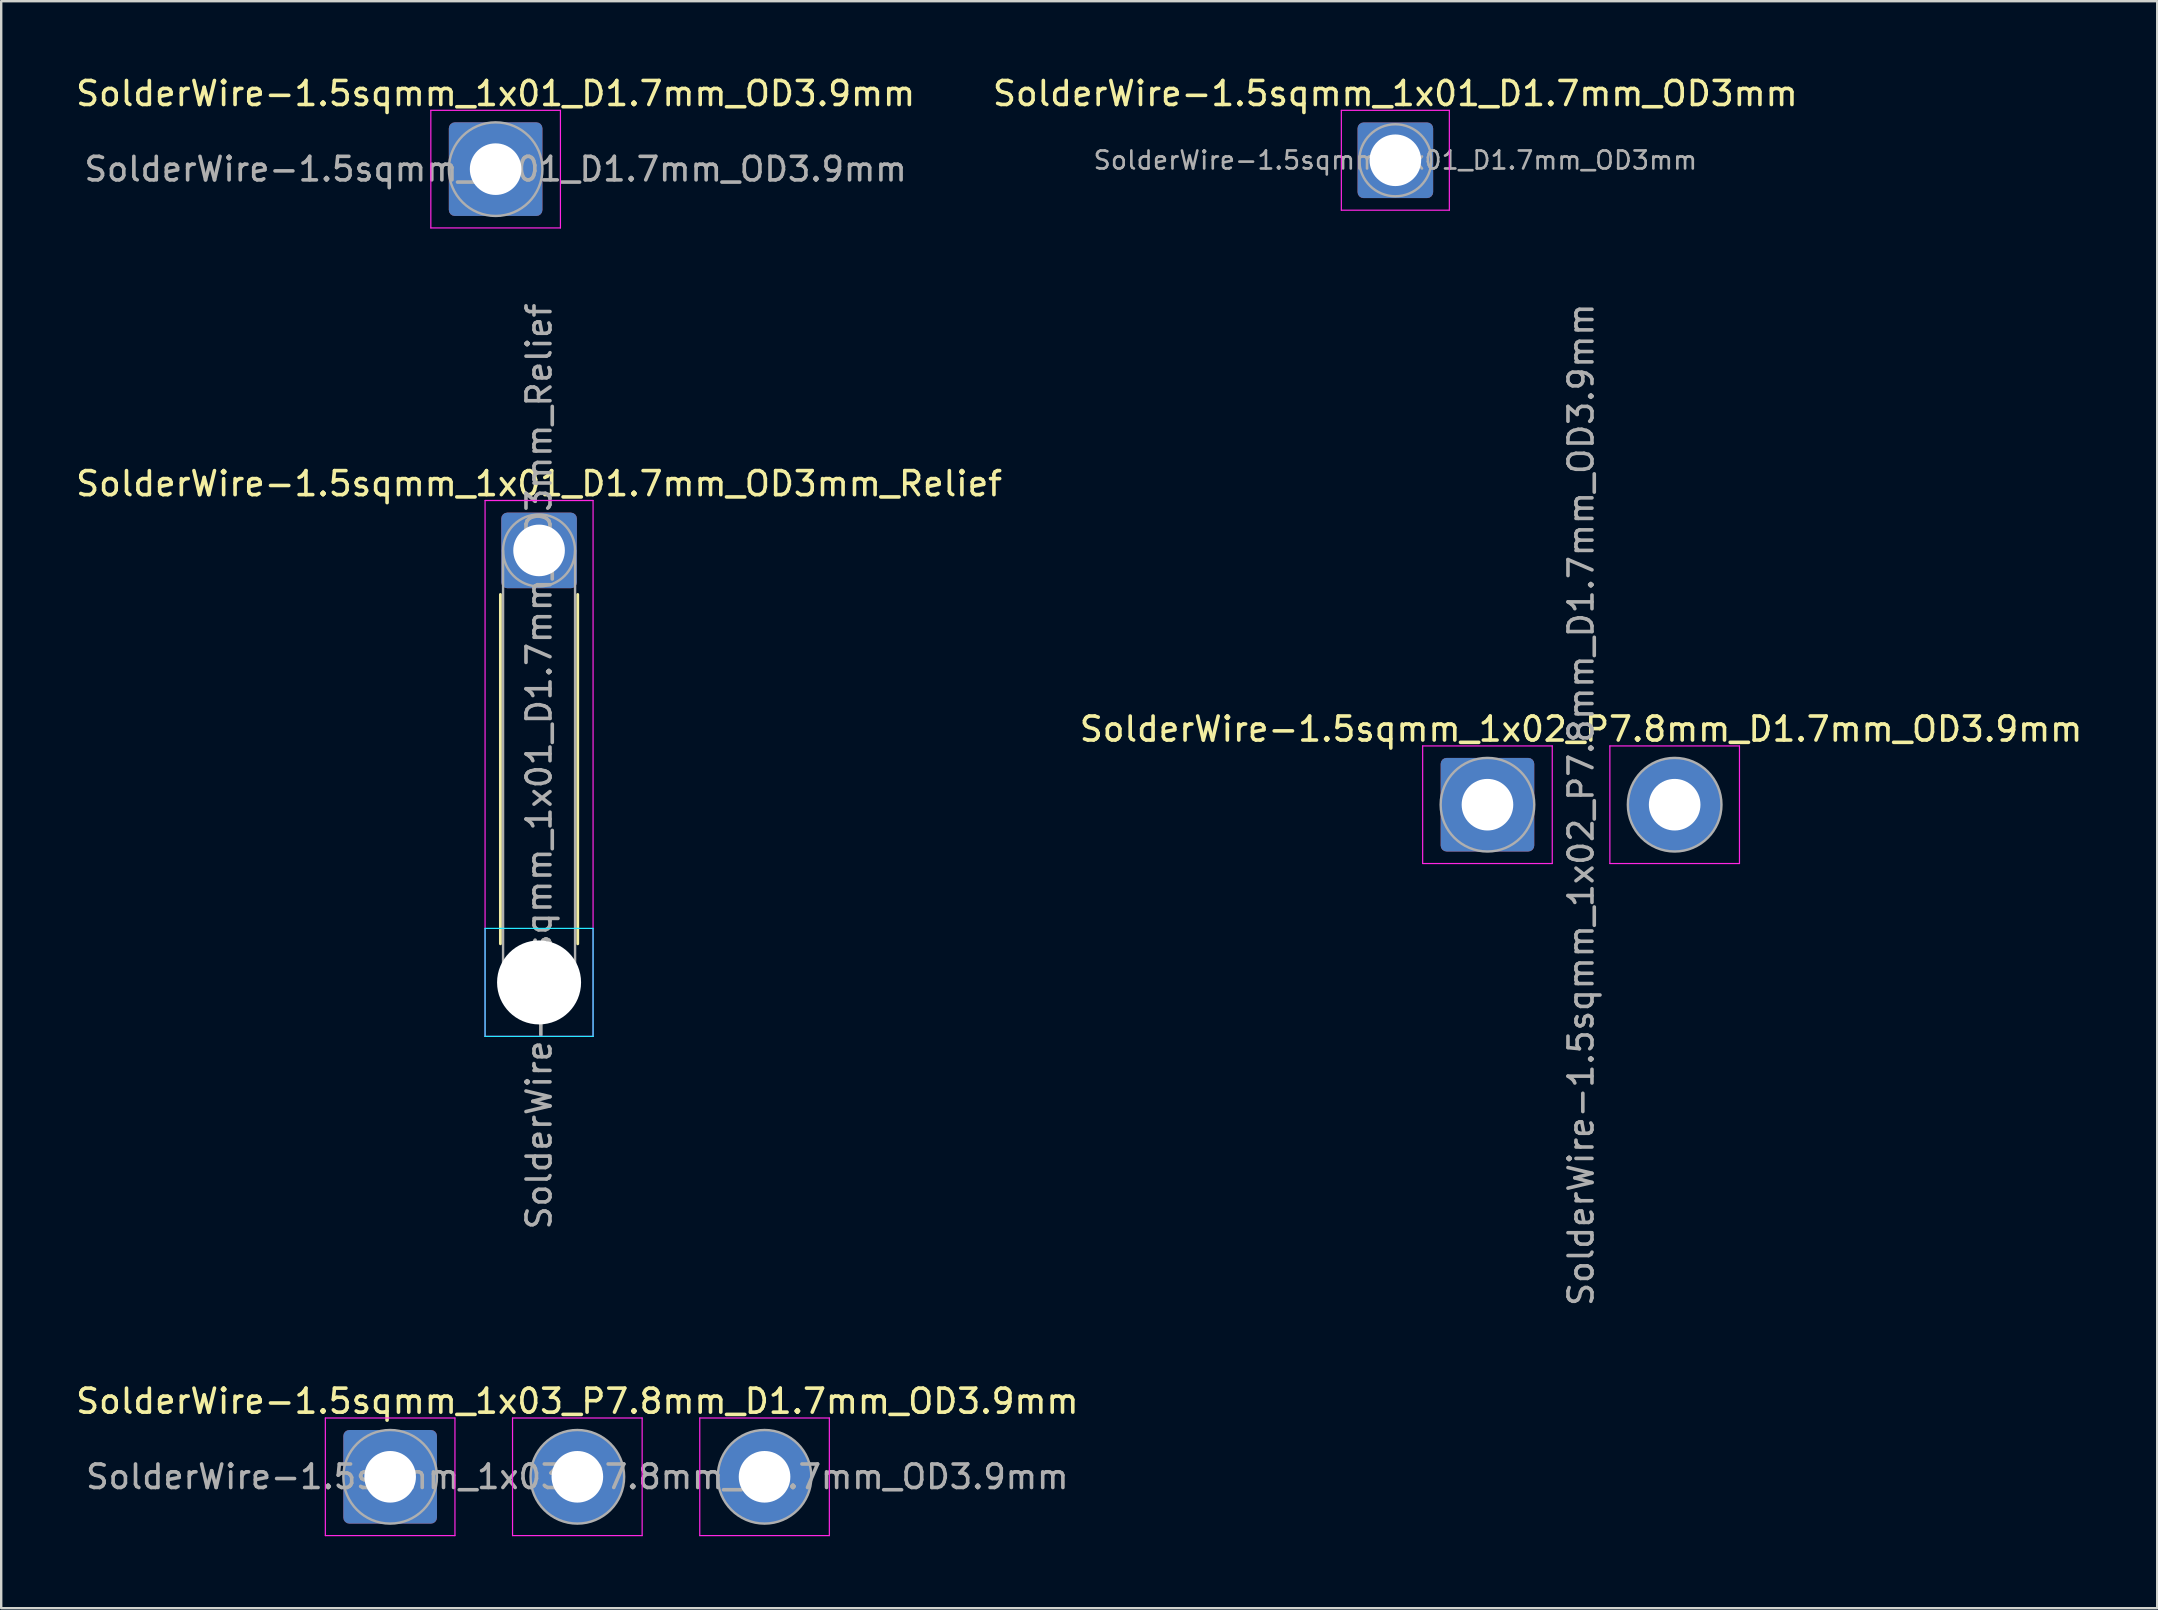
<source format=kicad_pcb>
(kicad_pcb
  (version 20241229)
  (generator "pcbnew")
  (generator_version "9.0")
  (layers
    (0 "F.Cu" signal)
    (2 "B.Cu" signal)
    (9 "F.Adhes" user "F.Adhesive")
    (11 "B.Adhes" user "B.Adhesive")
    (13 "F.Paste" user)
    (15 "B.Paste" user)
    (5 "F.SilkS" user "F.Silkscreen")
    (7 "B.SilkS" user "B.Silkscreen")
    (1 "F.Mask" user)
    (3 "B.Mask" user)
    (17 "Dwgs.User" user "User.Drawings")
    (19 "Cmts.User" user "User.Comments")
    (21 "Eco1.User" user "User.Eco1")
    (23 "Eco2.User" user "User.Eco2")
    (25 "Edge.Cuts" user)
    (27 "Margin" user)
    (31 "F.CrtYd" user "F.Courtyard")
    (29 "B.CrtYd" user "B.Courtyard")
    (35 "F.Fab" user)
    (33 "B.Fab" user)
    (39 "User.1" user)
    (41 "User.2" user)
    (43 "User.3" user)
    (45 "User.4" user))
  (footprint "SolderWire-1.5sqmm_1x01_D1.7mm_OD3mm_Relief"
    (layer "F.Cu")
    (at 19.411 19.884)
    (property "Reference" "SolderWire-1.5sqmm_1x01_D1.7mm_OD3mm_Relief" (at 0 -2.78 0) (layer "F.SilkS") (effects (font (size 1 1) (thickness 0.15))))
    (attr exclude_from_pos_files exclude_from_bom)
    (fp_line (start -1.61 1.835) (end -1.61 16.39) (stroke (width 0.12) (type solid)) (layer "F.SilkS"))
    (fp_line (start 1.61 1.835) (end 1.61 16.39) (stroke (width 0.12) (type solid)) (layer "F.SilkS"))
    (fp_line (start -2.25 15.75) (end -2.25 20.25) (stroke (width 0.05) (type solid)) (layer "B.CrtYd"))
    (fp_line (start -2.25 20.25) (end 2.25 20.25) (stroke (width 0.05) (type solid)) (layer "B.CrtYd"))
    (fp_line (start 2.25 15.75) (end -2.25 15.75) (stroke (width 0.05) (type solid)) (layer "B.CrtYd"))
    (fp_line (start 2.25 20.25) (end 2.25 15.75) (stroke (width 0.05) (type solid)) (layer "B.CrtYd"))
    (fp_line (start -2.25 -2.08) (end -2.25 20.25) (stroke (width 0.05) (type solid)) (layer "F.CrtYd"))
    (fp_line (start -2.25 20.25) (end 2.25 20.25) (stroke (width 0.05) (type solid)) (layer "F.CrtYd"))
    (fp_line (start 2.25 -2.08) (end -2.25 -2.08) (stroke (width 0.05) (type solid)) (layer "F.CrtYd"))
    (fp_line (start 2.25 20.25) (end 2.25 -2.08) (stroke (width 0.05) (type solid)) (layer "F.CrtYd"))
    (fp_line (start -1.5 0) (end -1.5 18) (stroke (width 0.1) (type solid)) (layer "F.Fab"))
    (fp_line (start 1.5 0) (end 1.5 18) (stroke (width 0.1) (type solid)) (layer "F.Fab"))
    (fp_circle (center 0 0) (end 1.5 0) (stroke (width 0.1) (type solid)) (fill no) (layer "F.Fab"))
    (fp_circle (center 0 18) (end 1.5 18) (stroke (width 0.1) (type solid)) (fill no) (layer "F.Fab"))
    (fp_text user "${REFERENCE}" (at 0 9 90) (layer "F.Fab") (effects (font (size 1 1) (thickness 0.15))))
    (pad "" np_thru_hole circle (at 0 18) (size 3.5 3.5) (drill 3.5) (layers "*.Cu" "*.Mask"))
    (pad "1" thru_hole roundrect (at 0 0) (size 3.15 3.15) (drill 2.15) (layers "*.Cu" "*.Mask") (roundrect_rratio 0.079)))
  (footprint "SolderWire-1.5sqmm_1x02_P7.8mm_D1.7mm_OD3.9mm"
    (layer "F.Cu")
    (at 58.927 30.479)
    (property "Reference" "SolderWire-1.5sqmm_1x02_P7.8mm_D1.7mm_OD3.9mm" (at 3.9 -3.15 0) (layer "F.SilkS") (effects (font (size 1 1) (thickness 0.15))))
    (attr exclude_from_pos_files exclude_from_bom)
    (fp_line (start -2.7 -2.45) (end -2.7 2.45) (stroke (width 0.05) (type solid)) (layer "F.CrtYd"))
    (fp_line (start -2.7 2.45) (end 2.7 2.45) (stroke (width 0.05) (type solid)) (layer "F.CrtYd"))
    (fp_line (start 2.7 -2.45) (end -2.7 -2.45) (stroke (width 0.05) (type solid)) (layer "F.CrtYd"))
    (fp_line (start 2.7 2.45) (end 2.7 -2.45) (stroke (width 0.05) (type solid)) (layer "F.CrtYd"))
    (fp_line (start 5.1 -2.45) (end 5.1 2.45) (stroke (width 0.05) (type solid)) (layer "F.CrtYd"))
    (fp_line (start 5.1 2.45) (end 10.5 2.45) (stroke (width 0.05) (type solid)) (layer "F.CrtYd"))
    (fp_line (start 10.5 -2.45) (end 5.1 -2.45) (stroke (width 0.05) (type solid)) (layer "F.CrtYd"))
    (fp_line (start 10.5 2.45) (end 10.5 -2.45) (stroke (width 0.05) (type solid)) (layer "F.CrtYd"))
    (fp_circle (center 0 0) (end 1.95 0) (stroke (width 0.1) (type solid)) (fill no) (layer "F.Fab"))
    (fp_circle (center 7.8 0) (end 9.75 0) (stroke (width 0.1) (type solid)) (fill no) (layer "F.Fab"))
    (fp_text user "${REFERENCE}" (at 3.9 0 90) (layer "F.Fab") (effects (font (size 1 1) (thickness 0.15))))
    (pad "1" thru_hole roundrect (at 0 0) (size 3.9 3.9) (drill 2.15) (layers "*.Cu" "*.Mask") (roundrect_rratio 0.064))
    (pad "2" thru_hole circle (at 7.8 0) (size 3.9 3.9) (drill 2.15) (layers "*.Cu" "*.Mask")))
  (footprint "SolderWire-1.5sqmm_1x03_P7.8mm_D1.7mm_OD3.9mm"
    (layer "F.Cu")
    (at 13.206 58.483)
    (property "Reference" "SolderWire-1.5sqmm_1x03_P7.8mm_D1.7mm_OD3.9mm" (at 7.8 -3.15 0) (layer "F.SilkS") (effects (font (size 1 1) (thickness 0.15))))
    (attr exclude_from_pos_files exclude_from_bom)
    (fp_line (start -2.7 -2.45) (end -2.7 2.45) (stroke (width 0.05) (type solid)) (layer "F.CrtYd"))
    (fp_line (start -2.7 2.45) (end 2.7 2.45) (stroke (width 0.05) (type solid)) (layer "F.CrtYd"))
    (fp_line (start 2.7 -2.45) (end -2.7 -2.45) (stroke (width 0.05) (type solid)) (layer "F.CrtYd"))
    (fp_line (start 2.7 2.45) (end 2.7 -2.45) (stroke (width 0.05) (type solid)) (layer "F.CrtYd"))
    (fp_line (start 5.1 -2.45) (end 5.1 2.45) (stroke (width 0.05) (type solid)) (layer "F.CrtYd"))
    (fp_line (start 5.1 2.45) (end 10.5 2.45) (stroke (width 0.05) (type solid)) (layer "F.CrtYd"))
    (fp_line (start 10.5 -2.45) (end 5.1 -2.45) (stroke (width 0.05) (type solid)) (layer "F.CrtYd"))
    (fp_line (start 10.5 2.45) (end 10.5 -2.45) (stroke (width 0.05) (type solid)) (layer "F.CrtYd"))
    (fp_line (start 12.9 -2.45) (end 12.9 2.45) (stroke (width 0.05) (type solid)) (layer "F.CrtYd"))
    (fp_line (start 12.9 2.45) (end 18.3 2.45) (stroke (width 0.05) (type solid)) (layer "F.CrtYd"))
    (fp_line (start 18.3 -2.45) (end 12.9 -2.45) (stroke (width 0.05) (type solid)) (layer "F.CrtYd"))
    (fp_line (start 18.3 2.45) (end 18.3 -2.45) (stroke (width 0.05) (type solid)) (layer "F.CrtYd"))
    (fp_circle (center 0 0) (end 1.95 0) (stroke (width 0.1) (type solid)) (fill no) (layer "F.Fab"))
    (fp_circle (center 7.8 0) (end 9.75 0) (stroke (width 0.1) (type solid)) (fill no) (layer "F.Fab"))
    (fp_circle (center 15.6 0) (end 17.55 0) (stroke (width 0.1) (type solid)) (fill no) (layer "F.Fab"))
    (fp_text user "${REFERENCE}" (at 7.8 0 0) (layer "F.Fab") (effects (font (size 0.98 0.98) (thickness 0.15))))
    (pad "1" thru_hole roundrect (at 0 0) (size 3.9 3.9) (drill 2.15) (layers "*.Cu" "*.Mask") (roundrect_rratio 0.064))
    (pad "2" thru_hole circle (at 7.8 0) (size 3.9 3.9) (drill 2.15) (layers "*.Cu" "*.Mask"))
    (pad "3" thru_hole circle (at 15.6 0) (size 3.9 3.9) (drill 2.15) (layers "*.Cu" "*.Mask")))
  (footprint "SolderWire-1.5sqmm_1x01_D1.7mm_OD3.9mm"
    (layer "F.Cu")
    (at 17.601 3.998)
    (property "Reference" "SolderWire-1.5sqmm_1x01_D1.7mm_OD3.9mm" (at 0 -3.15 0) (layer "F.SilkS") (effects (font (size 1 1) (thickness 0.15))))
    (attr exclude_from_pos_files exclude_from_bom)
    (fp_line (start -2.7 -2.45) (end -2.7 2.45) (stroke (width 0.05) (type solid)) (layer "F.CrtYd"))
    (fp_line (start -2.7 2.45) (end 2.7 2.45) (stroke (width 0.05) (type solid)) (layer "F.CrtYd"))
    (fp_line (start 2.7 -2.45) (end -2.7 -2.45) (stroke (width 0.05) (type solid)) (layer "F.CrtYd"))
    (fp_line (start 2.7 2.45) (end 2.7 -2.45) (stroke (width 0.05) (type solid)) (layer "F.CrtYd"))
    (fp_circle (center 0 0) (end 1.95 0) (stroke (width 0.1) (type solid)) (fill no) (layer "F.Fab"))
    (fp_text user "${REFERENCE}" (at 0 0 0) (layer "F.Fab") (effects (font (size 0.98 0.98) (thickness 0.15))))
    (pad "1" thru_hole roundrect (at 0 0) (size 3.9 3.9) (drill 2.15) (layers "*.Cu" "*.Mask") (roundrect_rratio 0.064)))
  (footprint "SolderWire-1.5sqmm_1x01_D1.7mm_OD3mm"
    (layer "F.Cu")
    (at 55.089 3.628)
    (property "Reference" "SolderWire-1.5sqmm_1x01_D1.7mm_OD3mm" (at 0 -2.78 0) (layer "F.SilkS") (effects (font (size 1 1) (thickness 0.15))))
    (attr exclude_from_pos_files exclude_from_bom)
    (fp_line (start -2.25 -2.08) (end -2.25 2.08) (stroke (width 0.05) (type solid)) (layer "F.CrtYd"))
    (fp_line (start -2.25 2.08) (end 2.25 2.08) (stroke (width 0.05) (type solid)) (layer "F.CrtYd"))
    (fp_line (start 2.25 -2.08) (end -2.25 -2.08) (stroke (width 0.05) (type solid)) (layer "F.CrtYd"))
    (fp_line (start 2.25 2.08) (end 2.25 -2.08) (stroke (width 0.05) (type solid)) (layer "F.CrtYd"))
    (fp_circle (center 0 0) (end 1.5 0) (stroke (width 0.1) (type solid)) (fill no) (layer "F.Fab"))
    (fp_text user "${REFERENCE}" (at 0 0 0) (layer "F.Fab") (effects (font (size 0.75 0.75) (thickness 0.11))))
    (pad "1" thru_hole roundrect (at 0 0) (size 3.15 3.15) (drill 2.15) (layers "*.Cu" "*.Mask") (roundrect_rratio 0.079)))
  (gr_rect
    (start -3 -3)
    (end 86.833 63.958)
    (stroke (width 0.1) (type default))
    (fill no)
    (layer "Edge.Cuts")))
</source>
